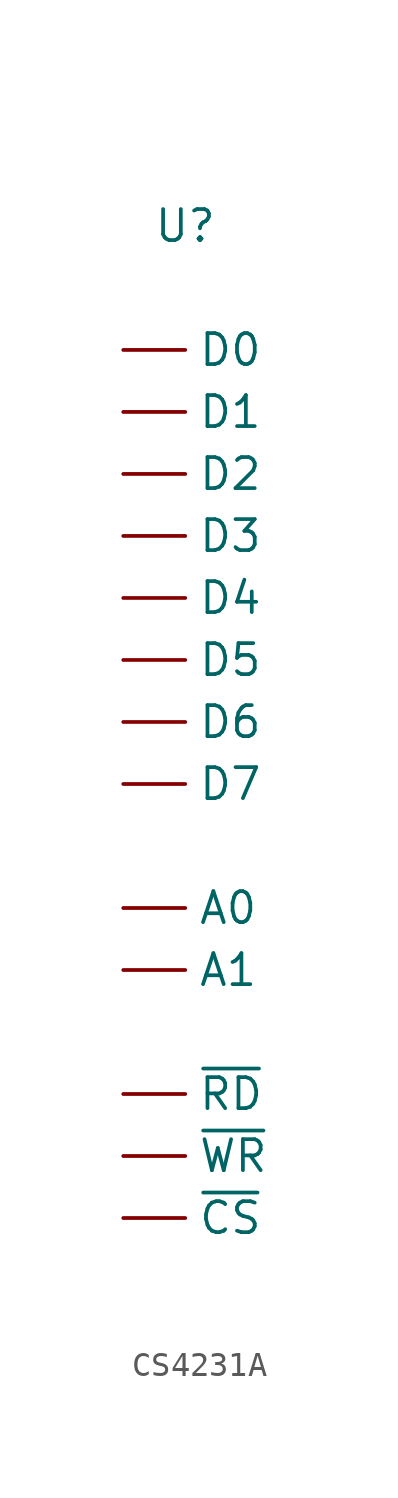
<source format=kicad_sym>
(kicad_symbol_lib
  (version 20220914)
  (generator kicad_symbol_editor)
  (symbol "CS4231A"
    (property "Reference" "U"
      (at -3.81 1.27 0)
      (effects (font (size 1.27 1.27))))
    (property "Value" ""
      (at 0 0 0)
      (effects (font (size 1.27 1.27))))
    (symbol "CS4231A_1_1"
      (pin input line (at -6.35 -26.67 0) (length 2.54) (name "A0" (effects (font (size 1.27 1.27)))) (number "" (effects (font (size 1.27 1.27)))))
      (pin input line (at -6.35 -29.21 0) (length 2.54) (name "A1" (effects (font (size 1.27 1.27)))) (number "" (effects (font (size 1.27 1.27)))))
      (pin bidirectional line (at -6.35 -3.81 0) (length 2.54) (name "D0" (effects (font (size 1.27 1.27)))) (number "" (effects (font (size 1.27 1.27)))))
      (pin bidirectional line (at -6.35 -6.35 0) (length 2.54) (name "D1" (effects (font (size 1.27 1.27)))) (number "" (effects (font (size 1.27 1.27)))))
      (pin bidirectional line (at -6.35 -8.89 0) (length 2.54) (name "D2" (effects (font (size 1.27 1.27)))) (number "" (effects (font (size 1.27 1.27)))))
      (pin bidirectional line (at -6.35 -11.43 0) (length 2.54) (name "D3" (effects (font (size 1.27 1.27)))) (number "" (effects (font (size 1.27 1.27)))))
      (pin bidirectional line (at -6.35 -13.97 0) (length 2.54) (name "D4" (effects (font (size 1.27 1.27)))) (number "" (effects (font (size 1.27 1.27)))))
      (pin bidirectional line (at -6.35 -16.51 0) (length 2.54) (name "D5" (effects (font (size 1.27 1.27)))) (number "" (effects (font (size 1.27 1.27)))))
      (pin bidirectional line (at -6.35 -19.05 0) (length 2.54) (name "D6" (effects (font (size 1.27 1.27)))) (number "" (effects (font (size 1.27 1.27)))))
      (pin bidirectional line (at -6.35 -21.59 0) (length 2.54) (name "D7" (effects (font (size 1.27 1.27)))) (number "" (effects (font (size 1.27 1.27)))))
      (pin input line (at -6.35 -39.37 0) (length 2.54) (name "~{CS}" (effects (font (size 1.27 1.27)))) (number "" (effects (font (size 1.27 1.27)))))
      (pin input line (at -6.35 -34.29 0) (length 2.54) (name "~{RD}" (effects (font (size 1.27 1.27)))) (number "" (effects (font (size 1.27 1.27)))))
      (pin input line (at -6.35 -36.83 0) (length 2.54) (name "~{WR}" (effects (font (size 1.27 1.27)))) (number "" (effects (font (size 1.27 1.27))))))))
</source>
